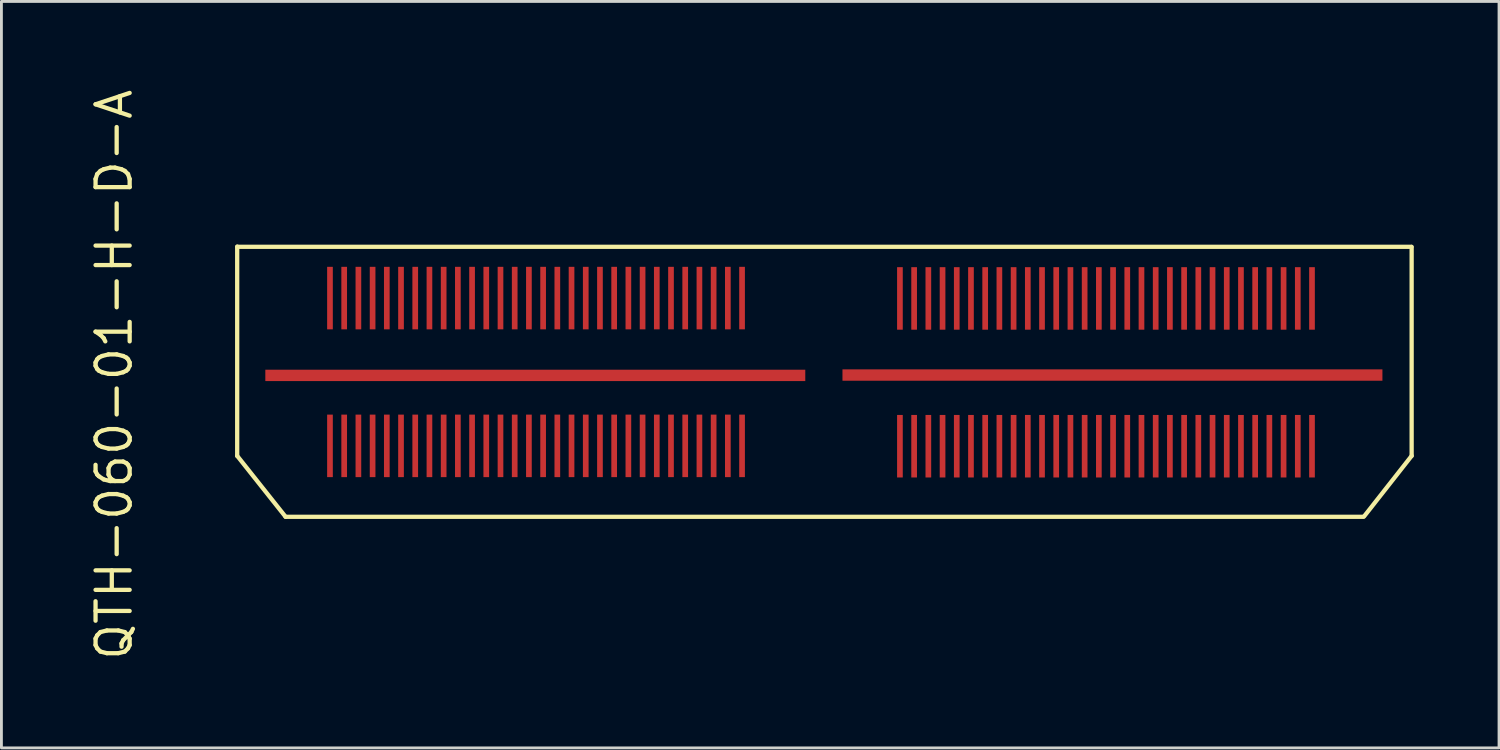
<source format=kicad_pcb>
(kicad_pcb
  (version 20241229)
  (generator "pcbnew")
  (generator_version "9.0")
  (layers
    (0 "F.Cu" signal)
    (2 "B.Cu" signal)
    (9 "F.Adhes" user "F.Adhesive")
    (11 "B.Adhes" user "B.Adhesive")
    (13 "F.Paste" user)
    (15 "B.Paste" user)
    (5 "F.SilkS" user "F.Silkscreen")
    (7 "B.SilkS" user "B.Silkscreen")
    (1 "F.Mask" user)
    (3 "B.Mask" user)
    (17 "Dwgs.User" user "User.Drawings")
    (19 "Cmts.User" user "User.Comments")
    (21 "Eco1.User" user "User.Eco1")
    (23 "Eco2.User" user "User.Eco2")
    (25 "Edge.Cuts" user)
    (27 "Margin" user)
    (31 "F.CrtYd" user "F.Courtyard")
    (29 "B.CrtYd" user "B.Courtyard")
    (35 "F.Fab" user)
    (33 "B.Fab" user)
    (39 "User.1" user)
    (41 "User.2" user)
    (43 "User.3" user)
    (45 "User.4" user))
  (footprint "QTH-060-01-H-D-A"
    (layer "F.Cu")
    (at 25.959 10.134)
    (property "Reference" "QTH-060-01-H-D-A" (at -24.994 0 90) (layer "F.SilkS") (effects (font (size 1.2 1.2) (thickness 0.15))))
    (attr through_hole)
    (fp_line (start -20.663 -4.508) (end -20.663 2.857) (stroke (width 0.15) (type solid)) (layer "F.SilkS"))
    (fp_line (start -20.663 2.857) (end -18.961 5) (stroke (width 0.15) (type solid)) (layer "F.SilkS"))
    (fp_line (start -20.655 -4.5) (end 20.655 -4.5) (stroke (width 0.15) (type solid)) (layer "F.SilkS"))
    (fp_line (start -18.961 5) (end 18.961 5) (stroke (width 0.15) (type solid)) (layer "F.SilkS"))
    (fp_line (start 18.986 4.991) (end 20.663 2.857) (stroke (width 0.15) (type solid)) (layer "F.SilkS"))
    (fp_line (start 20.663 -4.496) (end 20.663 2.857) (stroke (width 0.15) (type solid)) (layer "F.SilkS"))
    (pad "0" smd rect (at -10.173 0.025) (size 19 0.4) (layers "F.Cu" "F.Mask" "F.Paste"))
    (pad "0" smd rect (at 10.135 0.013) (size 19 0.4) (layers "F.Cu" "F.Mask" "F.Paste"))
    (pad "1" smd rect (at -17.398 -2.695 180) (size 0.2 2.2) (layers "F.Cu" "F.Mask" "F.Paste"))
    (pad "2" smd rect (at -17.398 2.505 180) (size 0.2 2.2) (layers "F.Cu" "F.Mask" "F.Paste"))
    (pad "3" smd rect (at -16.898 -2.695 180) (size 0.2 2.2) (layers "F.Cu" "F.Mask" "F.Paste"))
    (pad "4" smd rect (at -16.898 2.505 180) (size 0.2 2.2) (layers "F.Cu" "F.Mask" "F.Paste"))
    (pad "5" smd rect (at -16.398 -2.695 180) (size 0.2 2.2) (layers "F.Cu" "F.Mask" "F.Paste"))
    (pad "6" smd rect (at -16.398 2.505 180) (size 0.2 2.2) (layers "F.Cu" "F.Mask" "F.Paste"))
    (pad "7" smd rect (at -15.898 -2.695 180) (size 0.2 2.2) (layers "F.Cu" "F.Mask" "F.Paste"))
    (pad "8" smd rect (at -15.898 2.505 180) (size 0.2 2.2) (layers "F.Cu" "F.Mask" "F.Paste"))
    (pad "9" smd rect (at -15.398 -2.695 180) (size 0.2 2.2) (layers "F.Cu" "F.Mask" "F.Paste"))
    (pad "10" smd rect (at -15.398 2.505 180) (size 0.2 2.2) (layers "F.Cu" "F.Mask" "F.Paste"))
    (pad "11" smd rect (at -14.898 -2.695 180) (size 0.2 2.2) (layers "F.Cu" "F.Mask" "F.Paste"))
    (pad "12" smd rect (at -14.898 2.505 180) (size 0.2 2.2) (layers "F.Cu" "F.Mask" "F.Paste"))
    (pad "13" smd rect (at -14.398 -2.695 180) (size 0.2 2.2) (layers "F.Cu" "F.Mask" "F.Paste"))
    (pad "14" smd rect (at -14.398 2.505 180) (size 0.2 2.2) (layers "F.Cu" "F.Mask" "F.Paste"))
    (pad "15" smd rect (at -13.898 -2.695 180) (size 0.2 2.2) (layers "F.Cu" "F.Mask" "F.Paste"))
    (pad "16" smd rect (at -13.898 2.505 180) (size 0.2 2.2) (layers "F.Cu" "F.Mask" "F.Paste"))
    (pad "17" smd rect (at -13.398 -2.695 180) (size 0.2 2.2) (layers "F.Cu" "F.Mask" "F.Paste"))
    (pad "18" smd rect (at -13.398 2.505 180) (size 0.2 2.2) (layers "F.Cu" "F.Mask" "F.Paste"))
    (pad "19" smd rect (at -12.898 -2.695 180) (size 0.2 2.2) (layers "F.Cu" "F.Mask" "F.Paste"))
    (pad "20" smd rect (at -12.898 2.505 180) (size 0.2 2.2) (layers "F.Cu" "F.Mask" "F.Paste"))
    (pad "21" smd rect (at -12.398 -2.695 180) (size 0.2 2.2) (layers "F.Cu" "F.Mask" "F.Paste"))
    (pad "22" smd rect (at -12.398 2.505 180) (size 0.2 2.2) (layers "F.Cu" "F.Mask" "F.Paste"))
    (pad "23" smd rect (at -11.898 -2.695 180) (size 0.2 2.2) (layers "F.Cu" "F.Mask" "F.Paste"))
    (pad "24" smd rect (at -11.898 2.505 180) (size 0.2 2.2) (layers "F.Cu" "F.Mask" "F.Paste"))
    (pad "25" smd rect (at -11.398 -2.695 180) (size 0.2 2.2) (layers "F.Cu" "F.Mask" "F.Paste"))
    (pad "26" smd rect (at -11.398 2.505 180) (size 0.2 2.2) (layers "F.Cu" "F.Mask" "F.Paste"))
    (pad "27" smd rect (at -10.898 -2.695 180) (size 0.2 2.2) (layers "F.Cu" "F.Mask" "F.Paste"))
    (pad "28" smd rect (at -10.898 2.505 180) (size 0.2 2.2) (layers "F.Cu" "F.Mask" "F.Paste"))
    (pad "29" smd rect (at -10.398 -2.695 180) (size 0.2 2.2) (layers "F.Cu" "F.Mask" "F.Paste"))
    (pad "30" smd rect (at -10.398 2.505 180) (size 0.2 2.2) (layers "F.Cu" "F.Mask" "F.Paste"))
    (pad "31" smd rect (at -9.898 -2.695 180) (size 0.2 2.2) (layers "F.Cu" "F.Mask" "F.Paste"))
    (pad "32" smd rect (at -9.898 2.505 180) (size 0.2 2.2) (layers "F.Cu" "F.Mask" "F.Paste"))
    (pad "33" smd rect (at -9.398 -2.695 180) (size 0.2 2.2) (layers "F.Cu" "F.Mask" "F.Paste"))
    (pad "34" smd rect (at -9.398 2.505 180) (size 0.2 2.2) (layers "F.Cu" "F.Mask" "F.Paste"))
    (pad "35" smd rect (at -8.898 -2.695 180) (size 0.2 2.2) (layers "F.Cu" "F.Mask" "F.Paste"))
    (pad "36" smd rect (at -8.898 2.505 180) (size 0.2 2.2) (layers "F.Cu" "F.Mask" "F.Paste"))
    (pad "37" smd rect (at -8.398 -2.695 180) (size 0.2 2.2) (layers "F.Cu" "F.Mask" "F.Paste"))
    (pad "38" smd rect (at -8.398 2.505 180) (size 0.2 2.2) (layers "F.Cu" "F.Mask" "F.Paste"))
    (pad "39" smd rect (at -7.898 -2.695 180) (size 0.2 2.2) (layers "F.Cu" "F.Mask" "F.Paste"))
    (pad "40" smd rect (at -7.898 2.505 180) (size 0.2 2.2) (layers "F.Cu" "F.Mask" "F.Paste"))
    (pad "41" smd rect (at -7.398 -2.695 180) (size 0.2 2.2) (layers "F.Cu" "F.Mask" "F.Paste"))
    (pad "42" smd rect (at -7.398 2.505 180) (size 0.2 2.2) (layers "F.Cu" "F.Mask" "F.Paste"))
    (pad "43" smd rect (at -6.898 -2.695 180) (size 0.2 2.2) (layers "F.Cu" "F.Mask" "F.Paste"))
    (pad "44" smd rect (at -6.898 2.505 180) (size 0.2 2.2) (layers "F.Cu" "F.Mask" "F.Paste"))
    (pad "45" smd rect (at -6.398 -2.695 180) (size 0.2 2.2) (layers "F.Cu" "F.Mask" "F.Paste"))
    (pad "46" smd rect (at -6.398 2.505 180) (size 0.2 2.2) (layers "F.Cu" "F.Mask" "F.Paste"))
    (pad "47" smd rect (at -5.898 -2.695 180) (size 0.2 2.2) (layers "F.Cu" "F.Mask" "F.Paste"))
    (pad "48" smd rect (at -5.898 2.505 180) (size 0.2 2.2) (layers "F.Cu" "F.Mask" "F.Paste"))
    (pad "49" smd rect (at -5.398 -2.695 180) (size 0.2 2.2) (layers "F.Cu" "F.Mask" "F.Paste"))
    (pad "50" smd rect (at -5.398 2.505 180) (size 0.2 2.2) (layers "F.Cu" "F.Mask" "F.Paste"))
    (pad "51" smd rect (at -4.898 -2.695 180) (size 0.2 2.2) (layers "F.Cu" "F.Mask" "F.Paste"))
    (pad "52" smd rect (at -4.898 2.505 180) (size 0.2 2.2) (layers "F.Cu" "F.Mask" "F.Paste"))
    (pad "53" smd rect (at -4.398 -2.695 180) (size 0.2 2.2) (layers "F.Cu" "F.Mask" "F.Paste"))
    (pad "54" smd rect (at -4.398 2.505 180) (size 0.2 2.2) (layers "F.Cu" "F.Mask" "F.Paste"))
    (pad "55" smd rect (at -3.898 -2.695 180) (size 0.2 2.2) (layers "F.Cu" "F.Mask" "F.Paste"))
    (pad "56" smd rect (at -3.898 2.505 180) (size 0.2 2.2) (layers "F.Cu" "F.Mask" "F.Paste"))
    (pad "57" smd rect (at -3.398 -2.695 180) (size 0.2 2.2) (layers "F.Cu" "F.Mask" "F.Paste"))
    (pad "58" smd rect (at -3.398 2.505 180) (size 0.2 2.2) (layers "F.Cu" "F.Mask" "F.Paste"))
    (pad "59" smd rect (at -2.898 -2.695 180) (size 0.2 2.2) (layers "F.Cu" "F.Mask" "F.Paste"))
    (pad "60" smd rect (at -2.898 2.505 180) (size 0.2 2.2) (layers "F.Cu" "F.Mask" "F.Paste"))
    (pad "61" smd rect (at 2.657 -2.683 180) (size 0.2 2.2) (layers "F.Cu" "F.Mask" "F.Paste"))
    (pad "62" smd rect (at 2.657 2.517 180) (size 0.2 2.2) (layers "F.Cu" "F.Mask" "F.Paste"))
    (pad "63" smd rect (at 3.157 -2.683 180) (size 0.2 2.2) (layers "F.Cu" "F.Mask" "F.Paste"))
    (pad "64" smd rect (at 3.157 2.517 180) (size 0.2 2.2) (layers "F.Cu" "F.Mask" "F.Paste"))
    (pad "65" smd rect (at 3.657 -2.683 180) (size 0.2 2.2) (layers "F.Cu" "F.Mask" "F.Paste"))
    (pad "66" smd rect (at 3.657 2.517 180) (size 0.2 2.2) (layers "F.Cu" "F.Mask" "F.Paste"))
    (pad "67" smd rect (at 4.157 -2.683 180) (size 0.2 2.2) (layers "F.Cu" "F.Mask" "F.Paste"))
    (pad "68" smd rect (at 4.157 2.517 180) (size 0.2 2.2) (layers "F.Cu" "F.Mask" "F.Paste"))
    (pad "69" smd rect (at 4.657 -2.683 180) (size 0.2 2.2) (layers "F.Cu" "F.Mask" "F.Paste"))
    (pad "70" smd rect (at 4.657 2.517 180) (size 0.2 2.2) (layers "F.Cu" "F.Mask" "F.Paste"))
    (pad "71" smd rect (at 5.157 -2.683 180) (size 0.2 2.2) (layers "F.Cu" "F.Mask" "F.Paste"))
    (pad "72" smd rect (at 5.157 2.517 180) (size 0.2 2.2) (layers "F.Cu" "F.Mask" "F.Paste"))
    (pad "73" smd rect (at 5.657 -2.683 180) (size 0.2 2.2) (layers "F.Cu" "F.Mask" "F.Paste"))
    (pad "74" smd rect (at 5.657 2.517 180) (size 0.2 2.2) (layers "F.Cu" "F.Mask" "F.Paste"))
    (pad "75" smd rect (at 6.157 -2.683 180) (size 0.2 2.2) (layers "F.Cu" "F.Mask" "F.Paste"))
    (pad "76" smd rect (at 6.157 2.517 180) (size 0.2 2.2) (layers "F.Cu" "F.Mask" "F.Paste"))
    (pad "77" smd rect (at 6.657 -2.683 180) (size 0.2 2.2) (layers "F.Cu" "F.Mask" "F.Paste"))
    (pad "78" smd rect (at 6.657 2.517 180) (size 0.2 2.2) (layers "F.Cu" "F.Mask" "F.Paste"))
    (pad "79" smd rect (at 7.157 -2.683 180) (size 0.2 2.2) (layers "F.Cu" "F.Mask" "F.Paste"))
    (pad "80" smd rect (at 7.157 2.517 180) (size 0.2 2.2) (layers "F.Cu" "F.Mask" "F.Paste"))
    (pad "81" smd rect (at 7.657 -2.683 180) (size 0.2 2.2) (layers "F.Cu" "F.Mask" "F.Paste"))
    (pad "82" smd rect (at 7.657 2.517 180) (size 0.2 2.2) (layers "F.Cu" "F.Mask" "F.Paste"))
    (pad "83" smd rect (at 8.157 -2.683 180) (size 0.2 2.2) (layers "F.Cu" "F.Mask" "F.Paste"))
    (pad "84" smd rect (at 8.157 2.517 180) (size 0.2 2.2) (layers "F.Cu" "F.Mask" "F.Paste"))
    (pad "85" smd rect (at 8.657 -2.683 180) (size 0.2 2.2) (layers "F.Cu" "F.Mask" "F.Paste"))
    (pad "86" smd rect (at 8.657 2.517 180) (size 0.2 2.2) (layers "F.Cu" "F.Mask" "F.Paste"))
    (pad "87" smd rect (at 9.157 -2.683 180) (size 0.2 2.2) (layers "F.Cu" "F.Mask" "F.Paste"))
    (pad "88" smd rect (at 9.157 2.517 180) (size 0.2 2.2) (layers "F.Cu" "F.Mask" "F.Paste"))
    (pad "89" smd rect (at 9.657 -2.683 180) (size 0.2 2.2) (layers "F.Cu" "F.Mask" "F.Paste"))
    (pad "90" smd rect (at 9.657 2.517 180) (size 0.2 2.2) (layers "F.Cu" "F.Mask" "F.Paste"))
    (pad "91" smd rect (at 10.157 -2.683 180) (size 0.2 2.2) (layers "F.Cu" "F.Mask" "F.Paste"))
    (pad "92" smd rect (at 10.157 2.517 180) (size 0.2 2.2) (layers "F.Cu" "F.Mask" "F.Paste"))
    (pad "93" smd rect (at 10.657 -2.683 180) (size 0.2 2.2) (layers "F.Cu" "F.Mask" "F.Paste"))
    (pad "94" smd rect (at 10.657 2.517 180) (size 0.2 2.2) (layers "F.Cu" "F.Mask" "F.Paste"))
    (pad "95" smd rect (at 11.157 -2.683 180) (size 0.2 2.2) (layers "F.Cu" "F.Mask" "F.Paste"))
    (pad "96" smd rect (at 11.157 2.517 180) (size 0.2 2.2) (layers "F.Cu" "F.Mask" "F.Paste"))
    (pad "97" smd rect (at 11.657 -2.683 180) (size 0.2 2.2) (layers "F.Cu" "F.Mask" "F.Paste"))
    (pad "98" smd rect (at 11.657 2.517 180) (size 0.2 2.2) (layers "F.Cu" "F.Mask" "F.Paste"))
    (pad "99" smd rect (at 12.157 -2.683 180) (size 0.2 2.2) (layers "F.Cu" "F.Mask" "F.Paste"))
    (pad "100" smd rect (at 12.157 2.517 180) (size 0.2 2.2) (layers "F.Cu" "F.Mask" "F.Paste"))
    (pad "101" smd rect (at 12.657 -2.683 180) (size 0.2 2.2) (layers "F.Cu" "F.Mask" "F.Paste"))
    (pad "102" smd rect (at 12.657 2.517 180) (size 0.2 2.2) (layers "F.Cu" "F.Mask" "F.Paste"))
    (pad "103" smd rect (at 13.157 -2.683 180) (size 0.2 2.2) (layers "F.Cu" "F.Mask" "F.Paste"))
    (pad "104" smd rect (at 13.157 2.517 180) (size 0.2 2.2) (layers "F.Cu" "F.Mask" "F.Paste"))
    (pad "105" smd rect (at 13.657 -2.683 180) (size 0.2 2.2) (layers "F.Cu" "F.Mask" "F.Paste"))
    (pad "106" smd rect (at 13.657 2.517 180) (size 0.2 2.2) (layers "F.Cu" "F.Mask" "F.Paste"))
    (pad "107" smd rect (at 14.157 -2.683 180) (size 0.2 2.2) (layers "F.Cu" "F.Mask" "F.Paste"))
    (pad "108" smd rect (at 14.157 2.517 180) (size 0.2 2.2) (layers "F.Cu" "F.Mask" "F.Paste"))
    (pad "109" smd rect (at 14.657 -2.683 180) (size 0.2 2.2) (layers "F.Cu" "F.Mask" "F.Paste"))
    (pad "110" smd rect (at 14.657 2.517 180) (size 0.2 2.2) (layers "F.Cu" "F.Mask" "F.Paste"))
    (pad "111" smd rect (at 15.157 -2.683 180) (size 0.2 2.2) (layers "F.Cu" "F.Mask" "F.Paste"))
    (pad "112" smd rect (at 15.157 2.517 180) (size 0.2 2.2) (layers "F.Cu" "F.Mask" "F.Paste"))
    (pad "113" smd rect (at 15.657 -2.683 180) (size 0.2 2.2) (layers "F.Cu" "F.Mask" "F.Paste"))
    (pad "114" smd rect (at 15.657 2.517 180) (size 0.2 2.2) (layers "F.Cu" "F.Mask" "F.Paste"))
    (pad "115" smd rect (at 16.157 -2.683 180) (size 0.2 2.2) (layers "F.Cu" "F.Mask" "F.Paste"))
    (pad "116" smd rect (at 16.157 2.517 180) (size 0.2 2.2) (layers "F.Cu" "F.Mask" "F.Paste"))
    (pad "117" smd rect (at 16.657 -2.683 180) (size 0.2 2.2) (layers "F.Cu" "F.Mask" "F.Paste"))
    (pad "118" smd rect (at 16.657 2.517 180) (size 0.2 2.2) (layers "F.Cu" "F.Mask" "F.Paste"))
    (pad "119" smd rect (at 17.157 -2.683 180) (size 0.2 2.2) (layers "F.Cu" "F.Mask" "F.Paste"))
    (pad "120" smd rect (at 17.157 2.517 180) (size 0.2 2.2) (layers "F.Cu" "F.Mask" "F.Paste")))
  (gr_rect
    (start -3 -3)
    (end 49.697 23.267)
    (stroke (width 0.1) (type default))
    (fill no)
    (layer "Edge.Cuts")))
</source>
